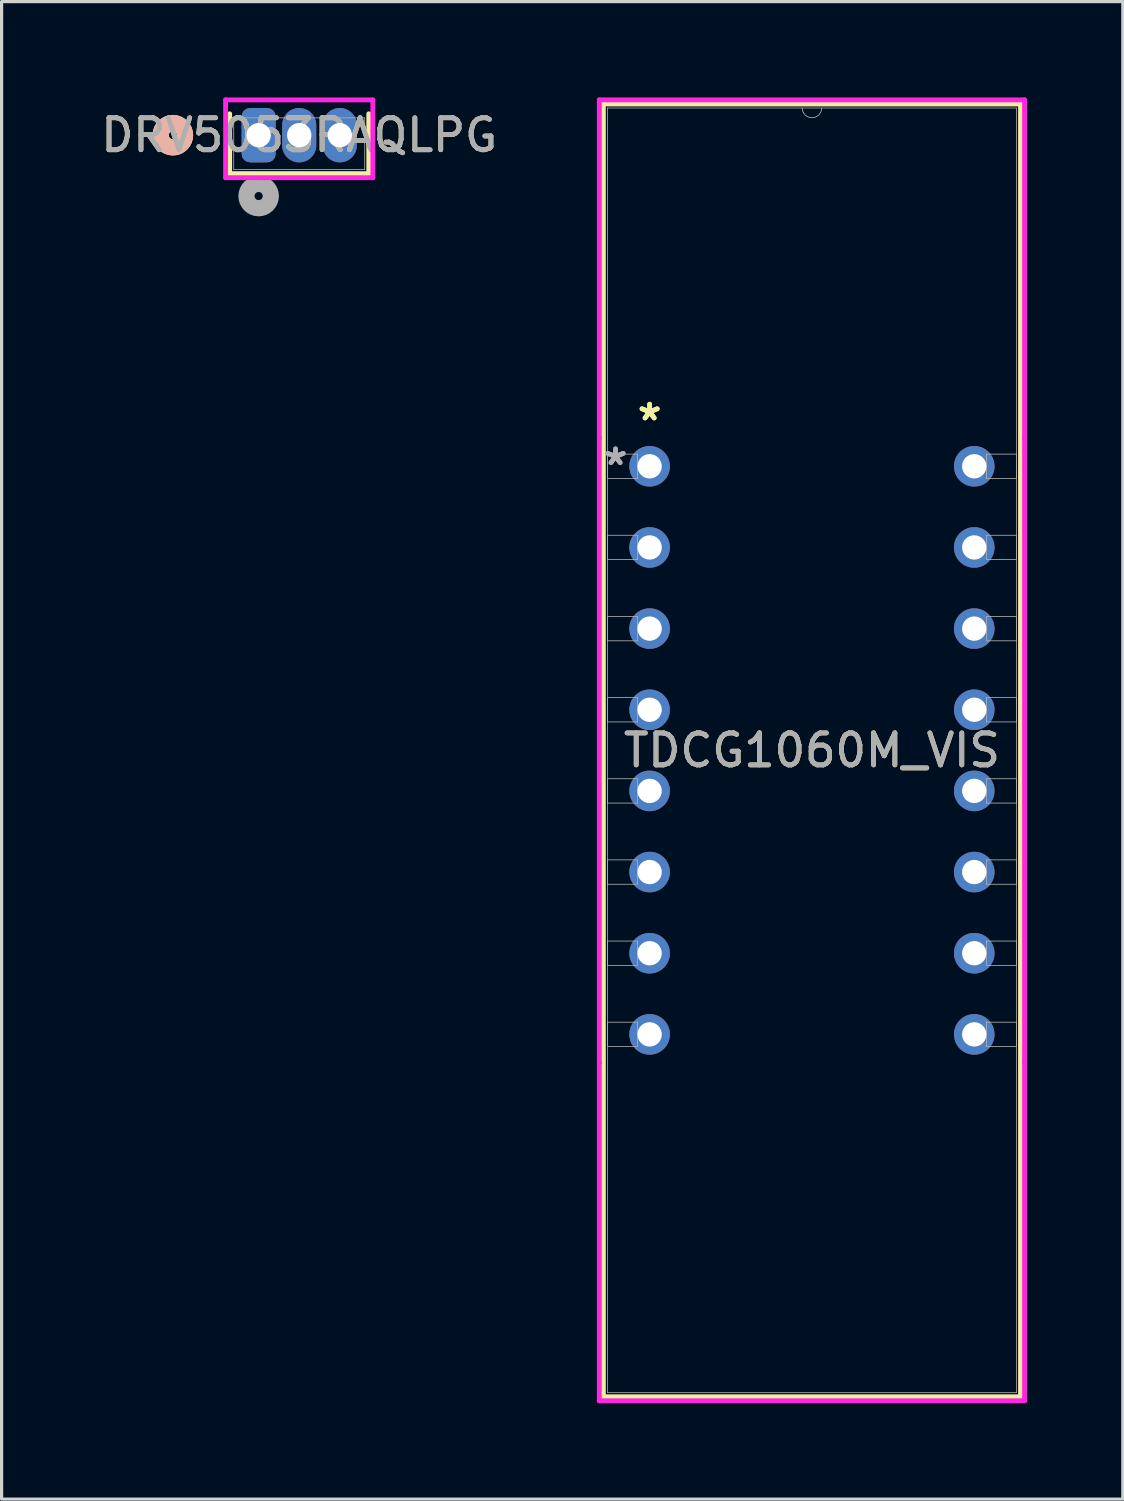
<source format=kicad_pcb>
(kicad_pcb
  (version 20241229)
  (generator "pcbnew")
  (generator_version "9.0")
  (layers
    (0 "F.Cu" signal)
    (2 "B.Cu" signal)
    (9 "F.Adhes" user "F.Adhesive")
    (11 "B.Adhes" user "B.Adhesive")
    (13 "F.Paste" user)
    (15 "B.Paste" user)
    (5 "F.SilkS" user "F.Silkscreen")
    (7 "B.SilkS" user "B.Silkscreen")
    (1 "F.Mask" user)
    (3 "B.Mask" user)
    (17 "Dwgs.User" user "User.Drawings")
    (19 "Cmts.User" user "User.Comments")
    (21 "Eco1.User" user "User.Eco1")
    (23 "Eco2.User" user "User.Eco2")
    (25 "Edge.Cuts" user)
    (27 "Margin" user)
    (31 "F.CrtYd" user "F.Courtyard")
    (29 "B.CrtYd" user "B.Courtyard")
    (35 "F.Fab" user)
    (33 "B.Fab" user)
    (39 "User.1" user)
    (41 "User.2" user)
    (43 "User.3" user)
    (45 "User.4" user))
  (footprint "DRV5053RAQLPG"
    (layer "F.Cu")
    (at 5.045 1.181)
    (property "Reference" "DRV5053RAQLPG" (at 1.27 0 0) (unlocked yes) (layer "F.SilkS") (effects (font (size 1 1) (thickness 0.15))))
    (attr through_hole)
    (fp_line (start -0.907 -0.669) (end -0.907 1.204) (stroke (width 0.152) (type solid)) (layer "F.SilkS"))
    (fp_line (start -0.907 1.204) (end 3.447 1.204) (stroke (width 0.152) (type solid)) (layer "F.SilkS"))
    (fp_line (start 3.447 1.204) (end 3.447 -0.669) (stroke (width 0.152) (type solid)) (layer "F.SilkS"))
    (fp_circle (center -2.685 0) (end -2.304 0) (stroke (width 0.508) (type solid)) (fill no) (layer "F.SilkS"))
    (fp_circle (center -2.685 0) (end -2.304 0) (stroke (width 0.508) (type solid)) (fill no) (layer "B.SilkS"))
    (fp_line (start -1.034 -1.105) (end -1.034 1.331) (stroke (width 0.152) (type solid)) (layer "F.CrtYd"))
    (fp_line (start -1.034 1.331) (end 3.574 1.331) (stroke (width 0.152) (type solid)) (layer "F.CrtYd"))
    (fp_line (start 3.574 -1.105) (end -1.034 -1.105) (stroke (width 0.152) (type solid)) (layer "F.CrtYd"))
    (fp_line (start 3.574 1.331) (end 3.574 -1.105) (stroke (width 0.152) (type solid)) (layer "F.CrtYd"))
    (fp_line (start -0.78 -0.542) (end -0.78 1.077) (stroke (width 0.025) (type solid)) (layer "F.Fab"))
    (fp_line (start -0.78 1.077) (end 3.32 1.077) (stroke (width 0.025) (type solid)) (layer "F.Fab"))
    (fp_line (start 3.32 -0.542) (end -0.78 -0.542) (stroke (width 0.025) (type solid)) (layer "F.Fab"))
    (fp_line (start 3.32 1.077) (end 3.32 -0.542) (stroke (width 0.025) (type solid)) (layer "F.Fab"))
    (fp_circle (center 0 1.905) (end 0.381 1.905) (stroke (width 0.508) (type solid)) (fill no) (layer "F.Fab"))
    (fp_text user "${REFERENCE}" (at 1.27 0 0) (unlocked yes) (layer "F.Fab") (effects (font (size 1 1) (thickness 0.15))))
    (pad "1" thru_hole roundrect (at 0 0) (size 1.067 1.702) (drill 0.762) (layers "*.Cu" "*.Mask") (roundrect_rratio 0.25))
    (pad "2" thru_hole oval (at 1.27 0) (size 1.067 1.702) (drill 0.762) (layers "*.Cu" "*.Mask"))
    (pad "3" thru_hole oval (at 2.54 0) (size 1.067 1.702) (drill 0.762) (layers "*.Cu" "*.Mask")))
  (footprint "TDCG1060M_VIS"
    (layer "F.Cu")
    (at 17.282 11.544)
    (property "Reference" "TDCG1060M_VIS" (at 5.08 8.89 0) (unlocked yes) (layer "F.SilkS") (effects (font (size 1 1) (thickness 0.15))))
    (attr through_hole)
    (fp_line (start -1.448 -11.341) (end -1.448 29.121) (stroke (width 0.152) (type solid)) (layer "F.SilkS"))
    (fp_line (start -1.448 29.121) (end 11.608 29.121) (stroke (width 0.152) (type solid)) (layer "F.SilkS"))
    (fp_line (start 11.608 -11.341) (end -1.448 -11.341) (stroke (width 0.152) (type solid)) (layer "F.SilkS"))
    (fp_line (start 11.608 29.121) (end 11.608 -11.341) (stroke (width 0.152) (type solid)) (layer "F.SilkS"))
    (fp_line (start -1.575 -11.468) (end 11.735 -11.468) (stroke (width 0.152) (type solid)) (layer "F.CrtYd"))
    (fp_line (start -1.575 -0.889) (end -1.575 -11.468) (stroke (width 0.152) (type solid)) (layer "F.CrtYd"))
    (fp_line (start -1.575 -0.889) (end -1.575 -0.889) (stroke (width 0.152) (type solid)) (layer "F.CrtYd"))
    (fp_line (start -1.575 18.669) (end -1.575 -0.889) (stroke (width 0.152) (type solid)) (layer "F.CrtYd"))
    (fp_line (start -1.575 18.669) (end -1.575 18.669) (stroke (width 0.152) (type solid)) (layer "F.CrtYd"))
    (fp_line (start -1.575 29.248) (end -1.575 18.669) (stroke (width 0.152) (type solid)) (layer "F.CrtYd"))
    (fp_line (start 11.735 -11.468) (end 11.735 -0.889) (stroke (width 0.152) (type solid)) (layer "F.CrtYd"))
    (fp_line (start 11.735 -0.889) (end 11.735 -0.889) (stroke (width 0.152) (type solid)) (layer "F.CrtYd"))
    (fp_line (start 11.735 -0.889) (end 11.735 18.669) (stroke (width 0.152) (type solid)) (layer "F.CrtYd"))
    (fp_line (start 11.735 18.669) (end 11.735 18.669) (stroke (width 0.152) (type solid)) (layer "F.CrtYd"))
    (fp_line (start 11.735 18.669) (end 11.735 29.248) (stroke (width 0.152) (type solid)) (layer "F.CrtYd"))
    (fp_line (start 11.735 29.248) (end -1.575 29.248) (stroke (width 0.152) (type solid)) (layer "F.CrtYd"))
    (fp_line (start -1.321 -11.214) (end -1.321 28.994) (stroke (width 0.025) (type solid)) (layer "F.Fab"))
    (fp_line (start -1.321 -0.381) (end -0.381 -0.381) (stroke (width 0.025) (type solid)) (layer "F.Fab"))
    (fp_line (start -1.321 0.381) (end -1.321 -0.381) (stroke (width 0.025) (type solid)) (layer "F.Fab"))
    (fp_line (start -1.321 2.159) (end -0.381 2.159) (stroke (width 0.025) (type solid)) (layer "F.Fab"))
    (fp_line (start -1.321 2.921) (end -1.321 2.159) (stroke (width 0.025) (type solid)) (layer "F.Fab"))
    (fp_line (start -1.321 4.699) (end -0.381 4.699) (stroke (width 0.025) (type solid)) (layer "F.Fab"))
    (fp_line (start -1.321 5.461) (end -1.321 4.699) (stroke (width 0.025) (type solid)) (layer "F.Fab"))
    (fp_line (start -1.321 7.239) (end -0.381 7.239) (stroke (width 0.025) (type solid)) (layer "F.Fab"))
    (fp_line (start -1.321 8.001) (end -1.321 7.239) (stroke (width 0.025) (type solid)) (layer "F.Fab"))
    (fp_line (start -1.321 9.779) (end -0.381 9.779) (stroke (width 0.025) (type solid)) (layer "F.Fab"))
    (fp_line (start -1.321 10.541) (end -1.321 9.779) (stroke (width 0.025) (type solid)) (layer "F.Fab"))
    (fp_line (start -1.321 12.319) (end -0.381 12.319) (stroke (width 0.025) (type solid)) (layer "F.Fab"))
    (fp_line (start -1.321 13.081) (end -1.321 12.319) (stroke (width 0.025) (type solid)) (layer "F.Fab"))
    (fp_line (start -1.321 14.859) (end -0.381 14.859) (stroke (width 0.025) (type solid)) (layer "F.Fab"))
    (fp_line (start -1.321 15.621) (end -1.321 14.859) (stroke (width 0.025) (type solid)) (layer "F.Fab"))
    (fp_line (start -1.321 17.399) (end -0.381 17.399) (stroke (width 0.025) (type solid)) (layer "F.Fab"))
    (fp_line (start -1.321 18.161) (end -1.321 17.399) (stroke (width 0.025) (type solid)) (layer "F.Fab"))
    (fp_line (start -1.321 28.994) (end 11.481 28.994) (stroke (width 0.025) (type solid)) (layer "F.Fab"))
    (fp_line (start -0.381 -0.381) (end -0.381 0.381) (stroke (width 0.025) (type solid)) (layer "F.Fab"))
    (fp_line (start -0.381 0.381) (end -1.321 0.381) (stroke (width 0.025) (type solid)) (layer "F.Fab"))
    (fp_line (start -0.381 2.159) (end -0.381 2.921) (stroke (width 0.025) (type solid)) (layer "F.Fab"))
    (fp_line (start -0.381 2.921) (end -1.321 2.921) (stroke (width 0.025) (type solid)) (layer "F.Fab"))
    (fp_line (start -0.381 4.699) (end -0.381 5.461) (stroke (width 0.025) (type solid)) (layer "F.Fab"))
    (fp_line (start -0.381 5.461) (end -1.321 5.461) (stroke (width 0.025) (type solid)) (layer "F.Fab"))
    (fp_line (start -0.381 7.239) (end -0.381 8.001) (stroke (width 0.025) (type solid)) (layer "F.Fab"))
    (fp_line (start -0.381 8.001) (end -1.321 8.001) (stroke (width 0.025) (type solid)) (layer "F.Fab"))
    (fp_line (start -0.381 9.779) (end -0.381 10.541) (stroke (width 0.025) (type solid)) (layer "F.Fab"))
    (fp_line (start -0.381 10.541) (end -1.321 10.541) (stroke (width 0.025) (type solid)) (layer "F.Fab"))
    (fp_line (start -0.381 12.319) (end -0.381 13.081) (stroke (width 0.025) (type solid)) (layer "F.Fab"))
    (fp_line (start -0.381 13.081) (end -1.321 13.081) (stroke (width 0.025) (type solid)) (layer "F.Fab"))
    (fp_line (start -0.381 14.859) (end -0.381 15.621) (stroke (width 0.025) (type solid)) (layer "F.Fab"))
    (fp_line (start -0.381 15.621) (end -1.321 15.621) (stroke (width 0.025) (type solid)) (layer "F.Fab"))
    (fp_line (start -0.381 17.399) (end -0.381 18.161) (stroke (width 0.025) (type solid)) (layer "F.Fab"))
    (fp_line (start -0.381 18.161) (end -1.321 18.161) (stroke (width 0.025) (type solid)) (layer "F.Fab"))
    (fp_line (start 10.541 -0.381) (end 11.481 -0.381) (stroke (width 0.025) (type solid)) (layer "F.Fab"))
    (fp_line (start 10.541 0.381) (end 10.541 -0.381) (stroke (width 0.025) (type solid)) (layer "F.Fab"))
    (fp_line (start 10.541 2.159) (end 11.481 2.159) (stroke (width 0.025) (type solid)) (layer "F.Fab"))
    (fp_line (start 10.541 2.921) (end 10.541 2.159) (stroke (width 0.025) (type solid)) (layer "F.Fab"))
    (fp_line (start 10.541 4.699) (end 11.481 4.699) (stroke (width 0.025) (type solid)) (layer "F.Fab"))
    (fp_line (start 10.541 5.461) (end 10.541 4.699) (stroke (width 0.025) (type solid)) (layer "F.Fab"))
    (fp_line (start 10.541 7.239) (end 11.481 7.239) (stroke (width 0.025) (type solid)) (layer "F.Fab"))
    (fp_line (start 10.541 8.001) (end 10.541 7.239) (stroke (width 0.025) (type solid)) (layer "F.Fab"))
    (fp_line (start 10.541 9.779) (end 11.481 9.779) (stroke (width 0.025) (type solid)) (layer "F.Fab"))
    (fp_line (start 10.541 10.541) (end 10.541 9.779) (stroke (width 0.025) (type solid)) (layer "F.Fab"))
    (fp_line (start 10.541 12.319) (end 11.481 12.319) (stroke (width 0.025) (type solid)) (layer "F.Fab"))
    (fp_line (start 10.541 13.081) (end 10.541 12.319) (stroke (width 0.025) (type solid)) (layer "F.Fab"))
    (fp_line (start 10.541 14.859) (end 11.481 14.859) (stroke (width 0.025) (type solid)) (layer "F.Fab"))
    (fp_line (start 10.541 15.621) (end 10.541 14.859) (stroke (width 0.025) (type solid)) (layer "F.Fab"))
    (fp_line (start 10.541 17.399) (end 11.481 17.399) (stroke (width 0.025) (type solid)) (layer "F.Fab"))
    (fp_line (start 10.541 18.161) (end 10.541 17.399) (stroke (width 0.025) (type solid)) (layer "F.Fab"))
    (fp_line (start 11.481 -11.214) (end -1.321 -11.214) (stroke (width 0.025) (type solid)) (layer "F.Fab"))
    (fp_line (start 11.481 -0.381) (end 11.481 0.381) (stroke (width 0.025) (type solid)) (layer "F.Fab"))
    (fp_line (start 11.481 0.381) (end 10.541 0.381) (stroke (width 0.025) (type solid)) (layer "F.Fab"))
    (fp_line (start 11.481 2.159) (end 11.481 2.921) (stroke (width 0.025) (type solid)) (layer "F.Fab"))
    (fp_line (start 11.481 2.921) (end 10.541 2.921) (stroke (width 0.025) (type solid)) (layer "F.Fab"))
    (fp_line (start 11.481 4.699) (end 11.481 5.461) (stroke (width 0.025) (type solid)) (layer "F.Fab"))
    (fp_line (start 11.481 5.461) (end 10.541 5.461) (stroke (width 0.025) (type solid)) (layer "F.Fab"))
    (fp_line (start 11.481 7.239) (end 11.481 8.001) (stroke (width 0.025) (type solid)) (layer "F.Fab"))
    (fp_line (start 11.481 8.001) (end 10.541 8.001) (stroke (width 0.025) (type solid)) (layer "F.Fab"))
    (fp_line (start 11.481 9.779) (end 11.481 10.541) (stroke (width 0.025) (type solid)) (layer "F.Fab"))
    (fp_line (start 11.481 10.541) (end 10.541 10.541) (stroke (width 0.025) (type solid)) (layer "F.Fab"))
    (fp_line (start 11.481 12.319) (end 11.481 13.081) (stroke (width 0.025) (type solid)) (layer "F.Fab"))
    (fp_line (start 11.481 13.081) (end 10.541 13.081) (stroke (width 0.025) (type solid)) (layer "F.Fab"))
    (fp_line (start 11.481 14.859) (end 11.481 15.621) (stroke (width 0.025) (type solid)) (layer "F.Fab"))
    (fp_line (start 11.481 15.621) (end 10.541 15.621) (stroke (width 0.025) (type solid)) (layer "F.Fab"))
    (fp_line (start 11.481 17.399) (end 11.481 18.161) (stroke (width 0.025) (type solid)) (layer "F.Fab"))
    (fp_line (start 11.481 18.161) (end 10.541 18.161) (stroke (width 0.025) (type solid)) (layer "F.Fab"))
    (fp_line (start 11.481 28.994) (end 11.481 -11.214) (stroke (width 0.025) (type solid)) (layer "F.Fab"))
    (fp_arc (start 5.3848 -11.2141) (mid 5.08 -10.9093) (end 4.7752 -11.2141) (stroke (width 0.0254) (type solid)) (layer "F.Fab"))
    (fp_text user "*" (at 0 -1.397 0) (unlocked yes) (layer "F.SilkS") (effects (font (size 1 1) (thickness 0.15))))
    (fp_text user "*" (at 0 -1.397 0) (layer "F.SilkS") (effects (font (size 1 1) (thickness 0.15))))
    (fp_text user "*" (at -1.067 0 0) (unlocked yes) (layer "F.Fab") (effects (font (size 1 1) (thickness 0.15))))
    (fp_text user "*" (at -1.067 0 0) (layer "F.Fab") (effects (font (size 1 1) (thickness 0.15))))
    (fp_text user "${REFERENCE}" (at 5.08 8.89 0) (unlocked yes) (layer "F.Fab") (effects (font (size 1 1) (thickness 0.15))))
    (pad "1" thru_hole circle (at 0 0) (size 1.27 1.27) (drill 0.762) (layers "*.Cu" "*.Mask"))
    (pad "2" thru_hole circle (at 0 2.54) (size 1.27 1.27) (drill 0.762) (layers "*.Cu" "*.Mask"))
    (pad "3" thru_hole circle (at 0 5.08) (size 1.27 1.27) (drill 0.762) (layers "*.Cu" "*.Mask"))
    (pad "4" thru_hole circle (at 0 7.62) (size 1.27 1.27) (drill 0.762) (layers "*.Cu" "*.Mask"))
    (pad "5" thru_hole circle (at 0 10.16) (size 1.27 1.27) (drill 0.762) (layers "*.Cu" "*.Mask"))
    (pad "6" thru_hole circle (at 0 12.7) (size 1.27 1.27) (drill 0.762) (layers "*.Cu" "*.Mask"))
    (pad "7" thru_hole circle (at 0 15.24) (size 1.27 1.27) (drill 0.762) (layers "*.Cu" "*.Mask"))
    (pad "8" thru_hole circle (at 0 17.78) (size 1.27 1.27) (drill 0.762) (layers "*.Cu" "*.Mask"))
    (pad "9" thru_hole circle (at 10.16 17.78) (size 1.27 1.27) (drill 0.762) (layers "*.Cu" "*.Mask"))
    (pad "10" thru_hole circle (at 10.16 15.24) (size 1.27 1.27) (drill 0.762) (layers "*.Cu" "*.Mask"))
    (pad "11" thru_hole circle (at 10.16 12.7) (size 1.27 1.27) (drill 0.762) (layers "*.Cu" "*.Mask"))
    (pad "12" thru_hole circle (at 10.16 10.16) (size 1.27 1.27) (drill 0.762) (layers "*.Cu" "*.Mask"))
    (pad "13" thru_hole circle (at 10.16 7.62) (size 1.27 1.27) (drill 0.762) (layers "*.Cu" "*.Mask"))
    (pad "14" thru_hole circle (at 10.16 5.08) (size 1.27 1.27) (drill 0.762) (layers "*.Cu" "*.Mask"))
    (pad "15" thru_hole circle (at 10.16 2.54) (size 1.27 1.27) (drill 0.762) (layers "*.Cu" "*.Mask"))
    (pad "16" thru_hole circle (at 10.16 0) (size 1.27 1.27) (drill 0.762) (layers "*.Cu" "*.Mask")))
  (gr_rect
    (start -3 -3)
    (end 32.093 43.869)
    (stroke (width 0.1) (type default))
    (fill no)
    (layer "Edge.Cuts")))
</source>
